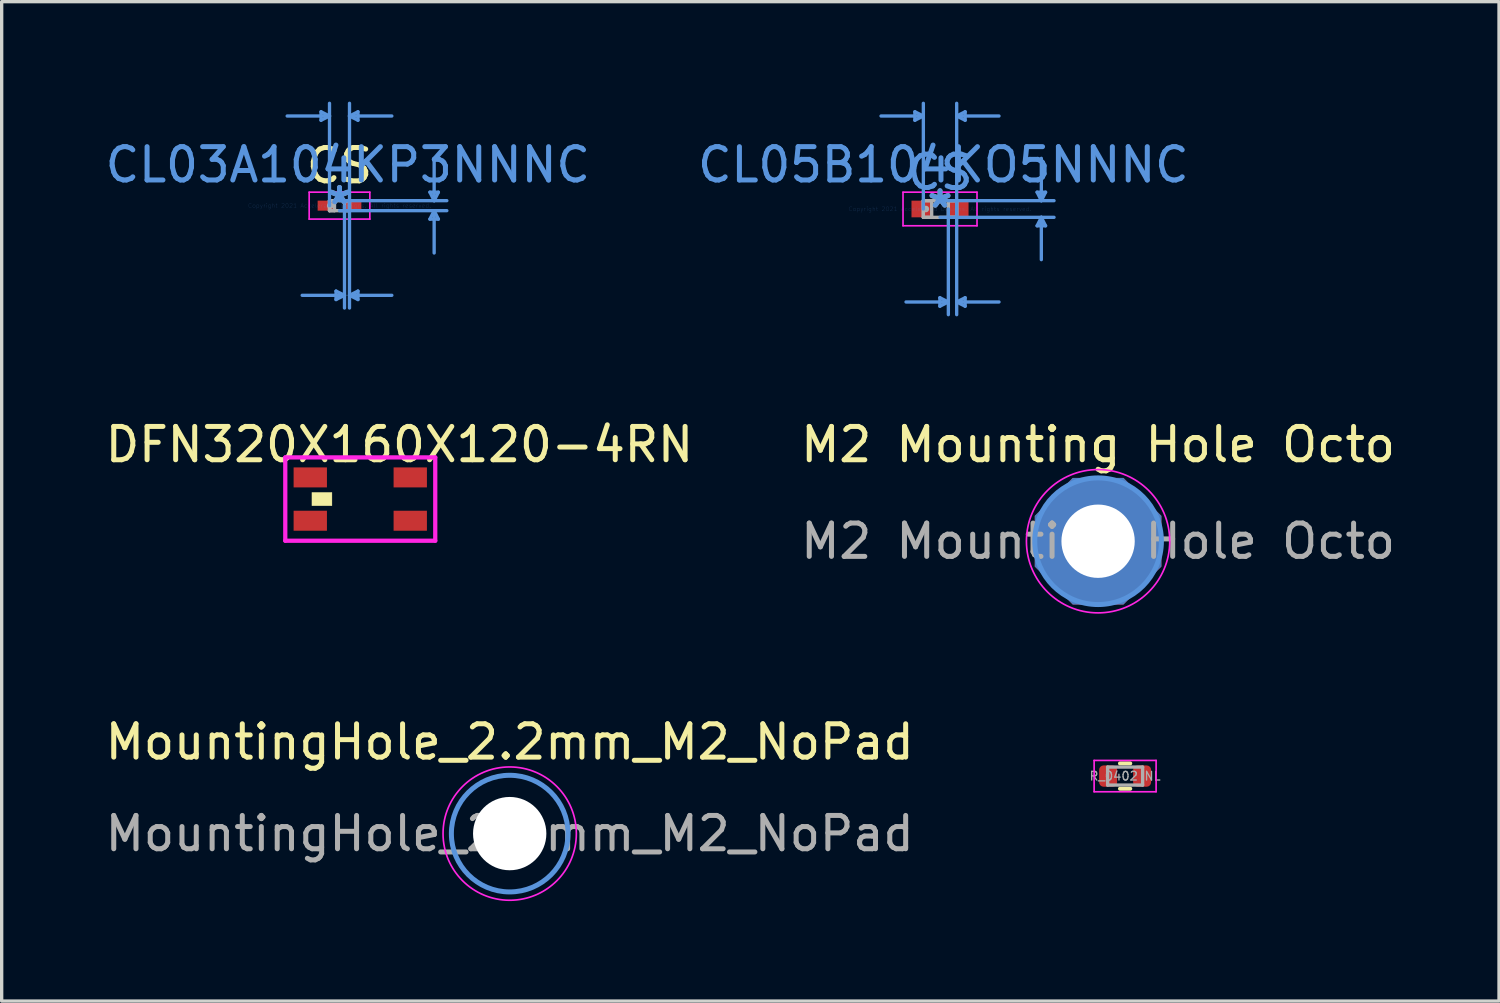
<source format=kicad_pcb>
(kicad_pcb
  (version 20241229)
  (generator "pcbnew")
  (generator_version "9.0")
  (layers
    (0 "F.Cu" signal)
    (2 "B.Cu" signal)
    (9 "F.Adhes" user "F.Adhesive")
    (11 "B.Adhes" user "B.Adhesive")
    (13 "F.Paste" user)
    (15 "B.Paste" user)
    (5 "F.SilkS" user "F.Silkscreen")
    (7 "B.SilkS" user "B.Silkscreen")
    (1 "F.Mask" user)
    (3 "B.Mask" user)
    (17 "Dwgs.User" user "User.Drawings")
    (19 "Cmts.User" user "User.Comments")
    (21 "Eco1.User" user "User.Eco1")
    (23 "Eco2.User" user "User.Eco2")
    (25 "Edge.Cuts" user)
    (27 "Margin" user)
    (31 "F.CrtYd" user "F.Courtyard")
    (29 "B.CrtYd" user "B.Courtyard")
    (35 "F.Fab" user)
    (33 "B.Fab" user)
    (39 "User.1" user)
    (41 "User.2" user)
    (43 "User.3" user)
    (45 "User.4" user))
  (footprint "R_0402 NL"
    (layer "F.Cu")
    (at 30.71 20.237)
    (property "Reference" "R_0402 NL" (at 0 -1.17 0) (layer "User.2") (effects (font (size 0.75 0.75) (thickness 0.15))))
    (attr smd)
    (fp_line (start -0.154 -0.38) (end 0.154 -0.38) (stroke (width 0.12) (type solid)) (layer "F.SilkS"))
    (fp_line (start -0.154 0.38) (end 0.154 0.38) (stroke (width 0.12) (type solid)) (layer "F.SilkS"))
    (fp_line (start -0.93 -0.47) (end 0.93 -0.47) (stroke (width 0.05) (type solid)) (layer "F.CrtYd"))
    (fp_line (start -0.93 0.47) (end -0.93 -0.47) (stroke (width 0.05) (type solid)) (layer "F.CrtYd"))
    (fp_line (start 0.93 -0.47) (end 0.93 0.47) (stroke (width 0.05) (type solid)) (layer "F.CrtYd"))
    (fp_line (start 0.93 0.47) (end -0.93 0.47) (stroke (width 0.05) (type solid)) (layer "F.CrtYd"))
    (fp_line (start -0.525 -0.27) (end 0.525 -0.27) (stroke (width 0.1) (type solid)) (layer "F.Fab"))
    (fp_line (start -0.525 0.27) (end -0.525 -0.27) (stroke (width 0.1) (type solid)) (layer "F.Fab"))
    (fp_line (start 0.525 -0.27) (end 0.525 0.27) (stroke (width 0.1) (type solid)) (layer "F.Fab"))
    (fp_line (start 0.525 0.27) (end -0.525 0.27) (stroke (width 0.1) (type solid)) (layer "F.Fab"))
    (fp_text user "${REFERENCE}" (at 0 0 0) (layer "Eco1.User") (effects (font (size 0.26 0.26) (thickness 0.04))))
    (fp_text user "${REFERENCE}" (at 0 0 0) (layer "F.Fab") (effects (font (size 0.26 0.26) (thickness 0.04))))
    (pad "1" smd roundrect (at -0.51 0) (size 0.54 0.64) (layers "F.Cu" "F.Mask" "F.Paste") (roundrect_rratio 0.25))
    (pad "2" smd roundrect (at 0.51 0) (size 0.54 0.64) (layers "F.Cu" "F.Mask" "F.Paste") (roundrect_rratio 0.25)))
  (footprint "CL05B104KO5NNNC"
    (layer "F.Cu")
    (at 25.156 3.221)
    (property "Reference" "CL05B104KO5NNNC" (at 0.1 -1.325 0) (layer "Cmts.User") (effects (font (size 1 1) (thickness 0.15))))
    (attr through_hole)
    (fp_line (start -0.754 -2.917) (end -0.754 -2.663) (stroke (width 0.1) (type solid)) (layer "Cmts.User"))
    (fp_line (start -0.5 -2.79) (end -1.77 -2.79) (stroke (width 0.1) (type solid)) (layer "Cmts.User"))
    (fp_line (start -0.5 -2.79) (end -0.754 -2.917) (stroke (width 0.1) (type solid)) (layer "Cmts.User"))
    (fp_line (start -0.5 -2.79) (end -0.754 -2.663) (stroke (width 0.1) (type solid)) (layer "Cmts.User"))
    (fp_line (start -0.5 0) (end -0.5 -3.171) (stroke (width 0.1) (type solid)) (layer "Cmts.User"))
    (fp_line (start -0.004 2.663) (end -0.004 2.917) (stroke (width 0.1) (type solid)) (layer "Cmts.User"))
    (fp_line (start 0 -0.25) (end 3.421 -0.25) (stroke (width 0.1) (type solid)) (layer "Cmts.User"))
    (fp_line (start 0 0.25) (end 3.421 0.25) (stroke (width 0.1) (type solid)) (layer "Cmts.User"))
    (fp_line (start 0.25 0) (end 0.25 3.171) (stroke (width 0.1) (type solid)) (layer "Cmts.User"))
    (fp_line (start 0.25 2.79) (end -1.02 2.79) (stroke (width 0.1) (type solid)) (layer "Cmts.User"))
    (fp_line (start 0.25 2.79) (end -0.004 2.663) (stroke (width 0.1) (type solid)) (layer "Cmts.User"))
    (fp_line (start 0.25 2.79) (end -0.004 2.917) (stroke (width 0.1) (type solid)) (layer "Cmts.User"))
    (fp_line (start 0.5 -2.79) (end 0.754 -2.917) (stroke (width 0.1) (type solid)) (layer "Cmts.User"))
    (fp_line (start 0.5 -2.79) (end 0.754 -2.663) (stroke (width 0.1) (type solid)) (layer "Cmts.User"))
    (fp_line (start 0.5 -2.79) (end 1.77 -2.79) (stroke (width 0.1) (type solid)) (layer "Cmts.User"))
    (fp_line (start 0.5 0) (end 0.5 -3.171) (stroke (width 0.1) (type solid)) (layer "Cmts.User"))
    (fp_line (start 0.5 0) (end 0.5 3.171) (stroke (width 0.1) (type solid)) (layer "Cmts.User"))
    (fp_line (start 0.5 2.79) (end 0.754 2.663) (stroke (width 0.1) (type solid)) (layer "Cmts.User"))
    (fp_line (start 0.5 2.79) (end 0.754 2.917) (stroke (width 0.1) (type solid)) (layer "Cmts.User"))
    (fp_line (start 0.5 2.79) (end 1.77 2.79) (stroke (width 0.1) (type solid)) (layer "Cmts.User"))
    (fp_line (start 0.754 -2.917) (end 0.754 -2.663) (stroke (width 0.1) (type solid)) (layer "Cmts.User"))
    (fp_line (start 0.754 2.663) (end 0.754 2.917) (stroke (width 0.1) (type solid)) (layer "Cmts.User"))
    (fp_line (start 2.913 -0.504) (end 3.167 -0.504) (stroke (width 0.1) (type solid)) (layer "Cmts.User"))
    (fp_line (start 2.913 0.504) (end 3.167 0.504) (stroke (width 0.1) (type solid)) (layer "Cmts.User"))
    (fp_line (start 3.04 -0.25) (end 2.913 -0.504) (stroke (width 0.1) (type solid)) (layer "Cmts.User"))
    (fp_line (start 3.04 -0.25) (end 3.04 -1.52) (stroke (width 0.1) (type solid)) (layer "Cmts.User"))
    (fp_line (start 3.04 -0.25) (end 3.167 -0.504) (stroke (width 0.1) (type solid)) (layer "Cmts.User"))
    (fp_line (start 3.04 0.25) (end 2.913 0.504) (stroke (width 0.1) (type solid)) (layer "Cmts.User"))
    (fp_line (start 3.04 0.25) (end 3.04 1.52) (stroke (width 0.1) (type solid)) (layer "Cmts.User"))
    (fp_line (start 3.04 0.25) (end 3.167 0.504) (stroke (width 0.1) (type solid)) (layer "Cmts.User"))
    (fp_line (start -1.11 -0.504) (end 1.11 -0.504) (stroke (width 0.05) (type solid)) (layer "F.CrtYd"))
    (fp_line (start -1.11 0.504) (end -1.11 -0.504) (stroke (width 0.05) (type solid)) (layer "F.CrtYd"))
    (fp_line (start 1.11 -0.504) (end 1.11 0.504) (stroke (width 0.05) (type solid)) (layer "F.CrtYd"))
    (fp_line (start 1.11 0.504) (end -1.11 0.504) (stroke (width 0.05) (type solid)) (layer "F.CrtYd"))
    (fp_line (start -0.5 -0.25) (end -0.5 0.25) (stroke (width 0.1) (type solid)) (layer "F.Fab"))
    (fp_line (start -0.5 -0.25) (end -0.5 0.25) (stroke (width 0.1) (type solid)) (layer "F.Fab"))
    (fp_line (start -0.5 0.25) (end -0.25 0.25) (stroke (width 0.1) (type solid)) (layer "F.Fab"))
    (fp_line (start -0.5 0.25) (end 0.5 0.25) (stroke (width 0.1) (type solid)) (layer "F.Fab"))
    (fp_line (start -0.25 -0.25) (end -0.5 -0.25) (stroke (width 0.1) (type solid)) (layer "F.Fab"))
    (fp_line (start -0.25 0.25) (end -0.25 -0.25) (stroke (width 0.1) (type solid)) (layer "F.Fab"))
    (fp_line (start 0.25 -0.25) (end 0.25 0.25) (stroke (width 0.1) (type solid)) (layer "F.Fab"))
    (fp_line (start 0.25 0.25) (end 0.5 0.25) (stroke (width 0.1) (type solid)) (layer "F.Fab"))
    (fp_line (start 0.5 -0.25) (end -0.5 -0.25) (stroke (width 0.1) (type solid)) (layer "F.Fab"))
    (fp_line (start 0.5 -0.25) (end 0.25 -0.25) (stroke (width 0.1) (type solid)) (layer "F.Fab"))
    (fp_line (start 0.5 0.25) (end 0.5 -0.25) (stroke (width 0.1) (type solid)) (layer "F.Fab"))
    (fp_line (start 0.5 0.25) (end 0.5 -0.25) (stroke (width 0.1) (type solid)) (layer "F.Fab"))
    (fp_circle (center -0.426 0) (end -0.426 0) (stroke (width 0.1) (type solid)) (fill no) (layer "F.Fab"))
    (fp_text user "*" (at 0 0 0) (layer "Cmts.User") (effects (font (size 1 1) (thickness 0.15))))
    (fp_text user "Copyright 2021 Accelerated Designs. All rights reserved." (at 0 0 0) (layer "Cmts.User") (effects (font (size 0.127 0.127) (thickness 0.002))))
    (fp_text user "CS" (at 0 -1.1 0) (unlocked yes) (layer "Cmts.User") (effects (font (size 1 1) (thickness 0.15))))
    (fp_text user "*" (at 0 0 0) (layer "F.Fab") (effects (font (size 1 1) (thickness 0.15))))
    (pad "1" smd rect (at -0.553 0) (size 0.606 0.5) (layers "F.Cu" "F.Mask" "F.Paste"))
    (pad "2" smd rect (at 0.553 0) (size 0.606 0.5) (layers "F.Cu" "F.Mask" "F.Paste")))
  (footprint "CL03A104KP3NNNC"
    (layer "F.Cu")
    (at 7.137 3.121)
    (property "Reference" "CL03A104KP3NNNC" (at 0.25 -1.225 0) (layer "Cmts.User") (effects (font (size 1 1) (thickness 0.15))))
    (attr through_hole)
    (fp_line (start -0.554 -2.817) (end -0.554 -2.563) (stroke (width 0.1) (type solid)) (layer "Cmts.User"))
    (fp_line (start -0.3 -2.69) (end -1.57 -2.69) (stroke (width 0.1) (type solid)) (layer "Cmts.User"))
    (fp_line (start -0.3 -2.69) (end -0.554 -2.817) (stroke (width 0.1) (type solid)) (layer "Cmts.User"))
    (fp_line (start -0.3 -2.69) (end -0.554 -2.563) (stroke (width 0.1) (type solid)) (layer "Cmts.User"))
    (fp_line (start -0.3 0) (end -0.3 -3.071) (stroke (width 0.1) (type solid)) (layer "Cmts.User"))
    (fp_line (start -0.104 2.563) (end -0.104 2.817) (stroke (width 0.1) (type solid)) (layer "Cmts.User"))
    (fp_line (start 0 -0.15) (end 3.221 -0.15) (stroke (width 0.1) (type solid)) (layer "Cmts.User"))
    (fp_line (start 0 0.15) (end 3.221 0.15) (stroke (width 0.1) (type solid)) (layer "Cmts.User"))
    (fp_line (start 0.15 0) (end 0.15 3.071) (stroke (width 0.1) (type solid)) (layer "Cmts.User"))
    (fp_line (start 0.15 2.69) (end -1.12 2.69) (stroke (width 0.1) (type solid)) (layer "Cmts.User"))
    (fp_line (start 0.15 2.69) (end -0.104 2.563) (stroke (width 0.1) (type solid)) (layer "Cmts.User"))
    (fp_line (start 0.15 2.69) (end -0.104 2.817) (stroke (width 0.1) (type solid)) (layer "Cmts.User"))
    (fp_line (start 0.3 -2.69) (end 0.554 -2.817) (stroke (width 0.1) (type solid)) (layer "Cmts.User"))
    (fp_line (start 0.3 -2.69) (end 0.554 -2.563) (stroke (width 0.1) (type solid)) (layer "Cmts.User"))
    (fp_line (start 0.3 -2.69) (end 1.57 -2.69) (stroke (width 0.1) (type solid)) (layer "Cmts.User"))
    (fp_line (start 0.3 0) (end 0.3 -3.071) (stroke (width 0.1) (type solid)) (layer "Cmts.User"))
    (fp_line (start 0.3 0) (end 0.3 3.071) (stroke (width 0.1) (type solid)) (layer "Cmts.User"))
    (fp_line (start 0.3 2.69) (end 0.554 2.563) (stroke (width 0.1) (type solid)) (layer "Cmts.User"))
    (fp_line (start 0.3 2.69) (end 0.554 2.817) (stroke (width 0.1) (type solid)) (layer "Cmts.User"))
    (fp_line (start 0.3 2.69) (end 1.57 2.69) (stroke (width 0.1) (type solid)) (layer "Cmts.User"))
    (fp_line (start 0.554 -2.817) (end 0.554 -2.563) (stroke (width 0.1) (type solid)) (layer "Cmts.User"))
    (fp_line (start 0.554 2.563) (end 0.554 2.817) (stroke (width 0.1) (type solid)) (layer "Cmts.User"))
    (fp_line (start 2.713 -0.404) (end 2.967 -0.404) (stroke (width 0.1) (type solid)) (layer "Cmts.User"))
    (fp_line (start 2.713 0.404) (end 2.967 0.404) (stroke (width 0.1) (type solid)) (layer "Cmts.User"))
    (fp_line (start 2.84 -0.15) (end 2.713 -0.404) (stroke (width 0.1) (type solid)) (layer "Cmts.User"))
    (fp_line (start 2.84 -0.15) (end 2.84 -1.42) (stroke (width 0.1) (type solid)) (layer "Cmts.User"))
    (fp_line (start 2.84 -0.15) (end 2.967 -0.404) (stroke (width 0.1) (type solid)) (layer "Cmts.User"))
    (fp_line (start 2.84 0.15) (end 2.713 0.404) (stroke (width 0.1) (type solid)) (layer "Cmts.User"))
    (fp_line (start 2.84 0.15) (end 2.84 1.42) (stroke (width 0.1) (type solid)) (layer "Cmts.User"))
    (fp_line (start 2.84 0.15) (end 2.967 0.404) (stroke (width 0.1) (type solid)) (layer "Cmts.User"))
    (fp_line (start -0.91 -0.404) (end 0.91 -0.404) (stroke (width 0.05) (type solid)) (layer "F.CrtYd"))
    (fp_line (start -0.91 0.404) (end -0.91 -0.404) (stroke (width 0.05) (type solid)) (layer "F.CrtYd"))
    (fp_line (start 0.91 -0.404) (end 0.91 0.404) (stroke (width 0.05) (type solid)) (layer "F.CrtYd"))
    (fp_line (start 0.91 0.404) (end -0.91 0.404) (stroke (width 0.05) (type solid)) (layer "F.CrtYd"))
    (fp_line (start -0.3 -0.15) (end -0.3 0.15) (stroke (width 0.1) (type solid)) (layer "F.Fab"))
    (fp_line (start -0.3 -0.15) (end -0.3 0.15) (stroke (width 0.1) (type solid)) (layer "F.Fab"))
    (fp_line (start -0.3 0.15) (end -0.15 0.15) (stroke (width 0.1) (type solid)) (layer "F.Fab"))
    (fp_line (start -0.3 0.15) (end 0.3 0.15) (stroke (width 0.1) (type solid)) (layer "F.Fab"))
    (fp_line (start -0.15 -0.15) (end -0.3 -0.15) (stroke (width 0.1) (type solid)) (layer "F.Fab"))
    (fp_line (start -0.15 0.15) (end -0.15 -0.15) (stroke (width 0.1) (type solid)) (layer "F.Fab"))
    (fp_line (start 0.15 -0.15) (end 0.15 0.15) (stroke (width 0.1) (type solid)) (layer "F.Fab"))
    (fp_line (start 0.15 0.15) (end 0.3 0.15) (stroke (width 0.1) (type solid)) (layer "F.Fab"))
    (fp_line (start 0.3 -0.15) (end -0.3 -0.15) (stroke (width 0.1) (type solid)) (layer "F.Fab"))
    (fp_line (start 0.3 -0.15) (end 0.15 -0.15) (stroke (width 0.1) (type solid)) (layer "F.Fab"))
    (fp_line (start 0.3 0.15) (end 0.3 -0.15) (stroke (width 0.1) (type solid)) (layer "F.Fab"))
    (fp_line (start 0.3 0.15) (end 0.3 -0.15) (stroke (width 0.1) (type solid)) (layer "F.Fab"))
    (fp_circle (center -0.276 0) (end -0.276 0) (stroke (width 0.1) (type solid)) (fill no) (layer "F.Fab"))
    (fp_text user "CS" (at 0 -1.2 0) (unlocked yes) (layer "F.SilkS") (effects (font (size 1 1) (thickness 0.15))))
    (fp_text user "*" (at 0 0 0) (layer "Cmts.User") (effects (font (size 1 1) (thickness 0.15))))
    (fp_text user "Copyright 2021 Accelerated Designs. All rights reserved." (at 0 0 0) (layer "Cmts.User") (effects (font (size 0.127 0.127) (thickness 0.002))))
    (fp_text user "*" (at 0 0 0) (layer "F.Fab") (effects (font (size 1 1) (thickness 0.15))))
    (pad "1" smd rect (at -0.403 0) (size 0.506 0.3) (layers "F.Cu" "F.Mask" "F.Paste"))
    (pad "2" smd rect (at 0.403 0) (size 0.506 0.3) (layers "F.Cu" "F.Mask" "F.Paste")))
  (footprint "DFN320X160X120-4RN"
    (layer "F.Cu")
    (at 7.76 11.925)
    (property "Reference" "DFN320X160X120-4RN" (at 1.175 -1.635 0) (layer "F.SilkS") (effects (font (size 1 1) (thickness 0.15))))
    (attr smd)
    (fp_poly (pts (xy -1.45 -0.2) (xy -0.85 -0.2) (xy -0.85 0.2) (xy -1.45 0.2)) (stroke (width 0.01) (type solid)) (fill yes) (layer "F.SilkS"))
    (fp_line (start -2.25 -1.25) (end 2.25 -1.25) (stroke (width 0.127) (type solid)) (layer "F.CrtYd"))
    (fp_line (start -2.25 1.25) (end -2.25 -1.25) (stroke (width 0.127) (type solid)) (layer "F.CrtYd"))
    (fp_line (start 2.25 -1.25) (end 2.25 1.25) (stroke (width 0.127) (type solid)) (layer "F.CrtYd"))
    (fp_line (start 2.25 1.25) (end -2.25 1.25) (stroke (width 0.127) (type solid)) (layer "F.CrtYd"))
    (pad "1" smd rect (at -1.5 0.65) (size 1 0.6) (layers "F.Cu" "F.Mask" "F.Paste"))
    (pad "2" smd rect (at 1.5 0.65) (size 1 0.6) (layers "F.Cu" "F.Mask" "F.Paste"))
    (pad "3" smd rect (at 1.5 -0.65) (size 1 0.6) (layers "F.Cu" "F.Mask" "F.Paste"))
    (pad "4" smd rect (at -1.5 -0.65) (size 1 0.6) (layers "F.Cu" "F.Mask" "F.Paste")))
  (footprint "MountingHole_2.2mm_M2_NoPad"
    (layer "F.Cu")
    (at 12.244 21.963)
    (property "Reference" "MountingHole_2.2mm_M2_NoPad" (at 0 -2.75 0) (layer "F.SilkS") (effects (font (size 1 1) (thickness 0.15))))
    (attr exclude_from_pos_files exclude_from_bom)
    (fp_circle (center 0 0) (end 1.75 0) (stroke (width 0.15) (type solid)) (fill no) (layer "Cmts.User"))
    (fp_circle (center 0 0) (end 2 0) (stroke (width 0.05) (type solid)) (fill no) (layer "F.CrtYd"))
    (fp_text user "${REFERENCE}" (at 0 0 0) (layer "F.Fab") (effects (font (size 1 1) (thickness 0.15))))
    (pad "" np_thru_hole circle (at 0 0) (size 2.2 2.2) (drill 2.2) (layers "*.Cu" "*.Mask")))
  (footprint "M2 Mounting Hole Octo"
    (layer "F.Cu")
    (at 29.899 13.19)
    (property "Reference" "M2 Mounting Hole Octo" (at 0 -2.9 0) (layer "F.SilkS") (effects (font (size 1 1) (thickness 0.15))))
    (attr exclude_from_pos_files exclude_from_bom)
    (fp_circle (center 0 0) (end 1.9 0) (stroke (width 0.15) (type solid)) (fill no) (layer "Cmts.User"))
    (fp_circle (center 0 0) (end 2.15 0) (stroke (width 0.05) (type solid)) (fill no) (layer "F.CrtYd"))
    (fp_text user "${REFERENCE}" (at 0 0 0) (layer "F.Fab") (effects (font (size 1 1) (thickness 0.15))))
    (pad "1" thru_hole roundrect (at 0 0) (size 3.8 3.8) (drill 2.2) (layers "*.Cu" "*.Mask") (roundrect_rratio 0) (chamfer_ratio 0.3) (chamfer top_left top_right bottom_left bottom_right)))
  (gr_rect
    (start -3 -3)
    (end 41.929 26.988)
    (stroke (width 0.1) (type default))
    (fill no)
    (layer "Edge.Cuts")))
</source>
